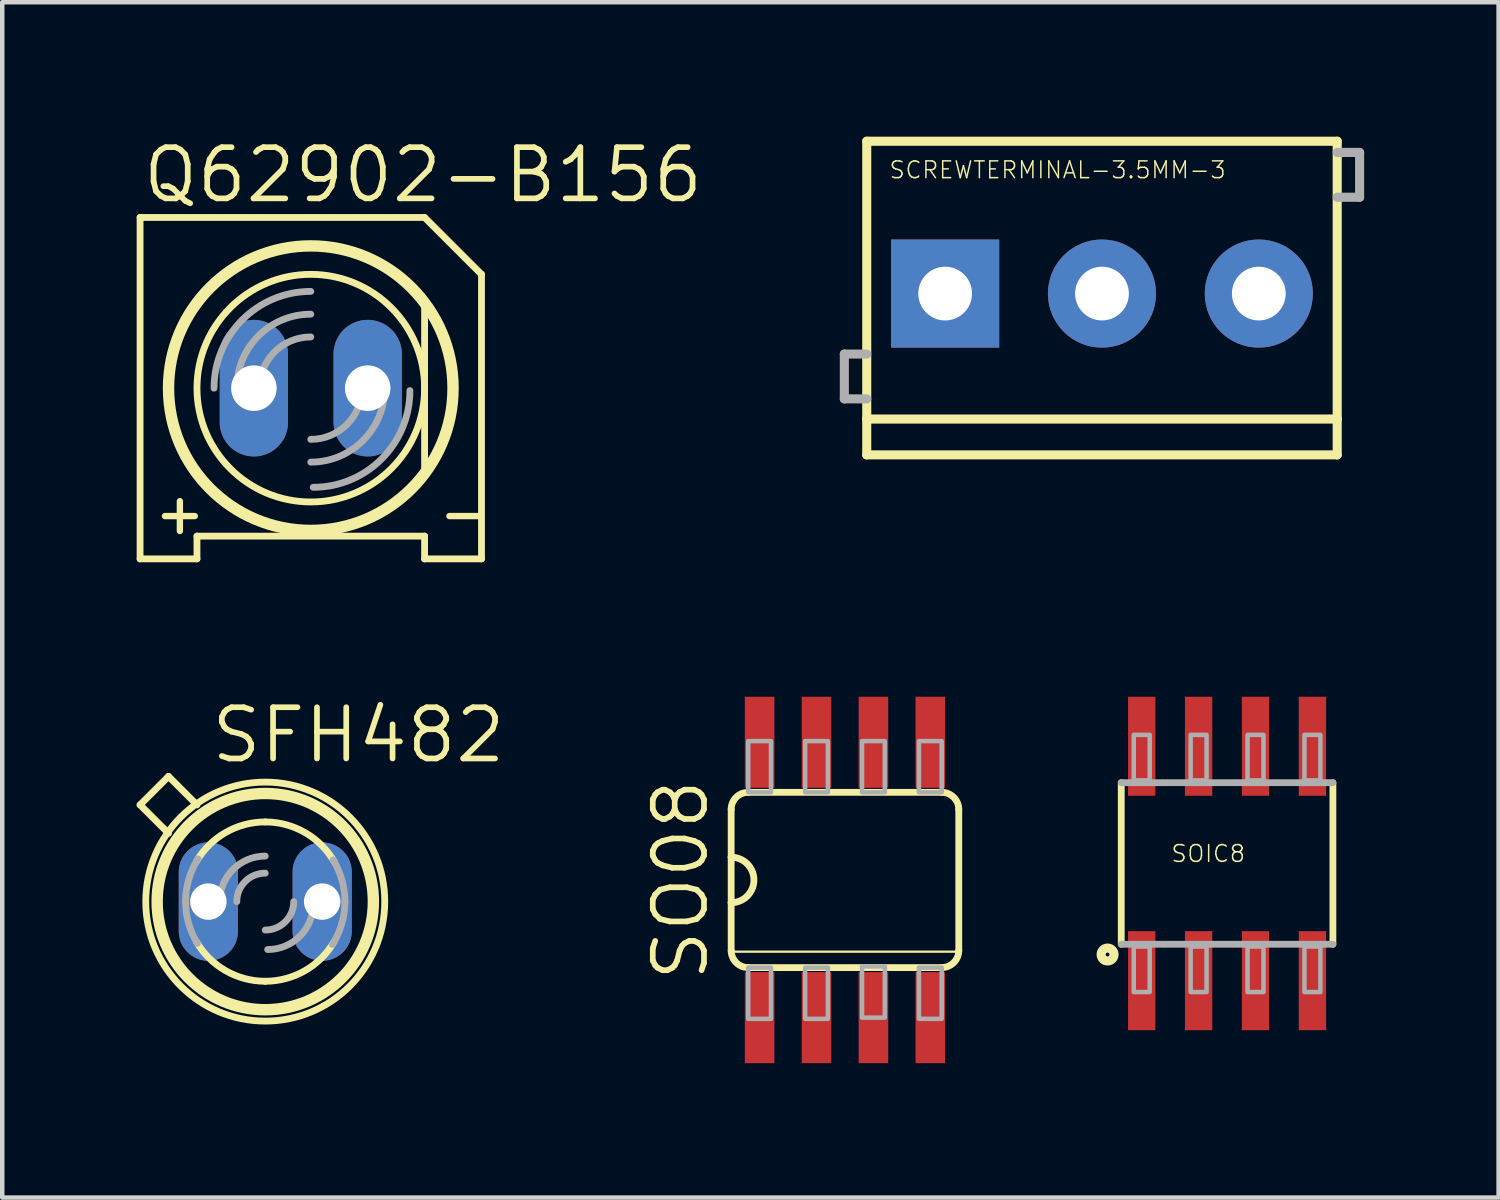
<source format=kicad_pcb>
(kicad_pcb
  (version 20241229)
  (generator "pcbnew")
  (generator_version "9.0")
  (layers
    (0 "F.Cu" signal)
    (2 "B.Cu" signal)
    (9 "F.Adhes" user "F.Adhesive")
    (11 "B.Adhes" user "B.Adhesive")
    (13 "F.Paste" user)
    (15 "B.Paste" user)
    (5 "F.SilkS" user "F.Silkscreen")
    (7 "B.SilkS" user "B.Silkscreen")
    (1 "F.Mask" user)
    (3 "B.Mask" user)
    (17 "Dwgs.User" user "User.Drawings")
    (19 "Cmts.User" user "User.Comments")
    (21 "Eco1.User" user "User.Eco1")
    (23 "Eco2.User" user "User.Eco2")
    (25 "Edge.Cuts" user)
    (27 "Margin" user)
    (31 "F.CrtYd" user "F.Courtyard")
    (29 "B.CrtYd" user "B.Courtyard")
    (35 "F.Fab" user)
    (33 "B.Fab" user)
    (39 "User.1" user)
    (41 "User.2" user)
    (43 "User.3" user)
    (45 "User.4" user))
  (footprint "SCREWTERMINAL-3.5MM-3"
    (layer "F.Cu")
    (at 18.044 3.502)
    (property "Reference" "SCREWTERMINAL-3.5MM-3" (at -1.27 -2.54 0) (unlocked yes) (layer "F.SilkS") (effects (font (size 0.374 0.374) (thickness 0.033)) (justify left bottom)))
    (fp_line (start -1.75 -3.4) (end 8.75 -3.4) (stroke (width 0.203) (type solid)) (layer "F.SilkS"))
    (fp_line (start -1.75 2.8) (end -1.75 -3.4) (stroke (width 0.203) (type solid)) (layer "F.SilkS"))
    (fp_line (start -1.75 3.6) (end -1.75 2.8) (stroke (width 0.203) (type solid)) (layer "F.SilkS"))
    (fp_line (start 8.75 -3.4) (end 8.75 2.8) (stroke (width 0.203) (type solid)) (layer "F.SilkS"))
    (fp_line (start 8.75 2.8) (end -1.75 2.8) (stroke (width 0.203) (type solid)) (layer "F.SilkS"))
    (fp_line (start 8.75 2.8) (end 8.75 3.6) (stroke (width 0.203) (type solid)) (layer "F.SilkS"))
    (fp_line (start 8.75 3.6) (end -1.75 3.6) (stroke (width 0.203) (type solid)) (layer "F.SilkS"))
    (fp_line (start -2.25 1.35) (end -2.25 2.35) (stroke (width 0.203) (type solid)) (layer "F.Fab"))
    (fp_line (start -2.25 2.35) (end -1.75 2.35) (stroke (width 0.203) (type solid)) (layer "F.Fab"))
    (fp_line (start -1.75 1.35) (end -2.25 1.35) (stroke (width 0.203) (type solid)) (layer "F.Fab"))
    (fp_line (start 8.75 -3.15) (end 9.25 -3.15) (stroke (width 0.203) (type solid)) (layer "F.Fab"))
    (fp_line (start 9.25 -3.15) (end 9.25 -2.15) (stroke (width 0.203) (type solid)) (layer "F.Fab"))
    (fp_line (start 9.25 -2.15) (end 8.75 -2.15) (stroke (width 0.203) (type solid)) (layer "F.Fab"))
    (pad "1" thru_hole rect (at 0 0) (size 2.413 2.413) (drill 1.2) (layers "*.Cu" "*.Mask"))
    (pad "2" thru_hole circle (at 3.5 0) (size 2.413 2.413) (drill 1.2) (layers "*.Cu" "*.Mask"))
    (pad "3" thru_hole circle (at 7 0) (size 2.413 2.413) (drill 1.2) (layers "*.Cu" "*.Mask")))
  (footprint "Q62902-B156"
    (layer "F.Cu")
    (at 3.886 5.613)
    (property "Reference" "Q62902-B156" (at -3.81 -4.089 0) (unlocked yes) (layer "F.SilkS") (effects (font (size 1.143 1.143) (thickness 0.127)) (justify left bottom)))
    (fp_line (start -3.81 3.81) (end -3.81 -3.81) (stroke (width 0.152) (type solid)) (layer "F.SilkS"))
    (fp_line (start -3.81 3.81) (end -2.54 3.81) (stroke (width 0.152) (type solid)) (layer "F.SilkS"))
    (fp_line (start -2.54 3.302) (end -2.54 3.81) (stroke (width 0.152) (type solid)) (layer "F.SilkS"))
    (fp_line (start 2.54 -3.81) (end -3.81 -3.81) (stroke (width 0.152) (type solid)) (layer "F.SilkS"))
    (fp_line (start 2.54 -3.81) (end 3.81 -2.54) (stroke (width 0.152) (type solid)) (layer "F.SilkS"))
    (fp_line (start 2.54 1.905) (end 2.54 -1.905) (stroke (width 0.152) (type solid)) (layer "F.SilkS"))
    (fp_line (start 2.54 3.302) (end -2.54 3.302) (stroke (width 0.152) (type solid)) (layer "F.SilkS"))
    (fp_line (start 2.54 3.302) (end 2.54 3.81) (stroke (width 0.152) (type solid)) (layer "F.SilkS"))
    (fp_line (start 3.81 -2.54) (end 3.81 3.81) (stroke (width 0.152) (type solid)) (layer "F.SilkS"))
    (fp_line (start 3.81 3.81) (end 2.54 3.81) (stroke (width 0.152) (type solid)) (layer "F.SilkS"))
    (fp_circle (center 0 0) (end 2.54 0) (stroke (width 0.152) (type solid)) (fill no) (layer "F.SilkS"))
    (fp_circle (center 0 0) (end 3.175 0) (stroke (width 0.254) (type solid)) (fill no) (layer "F.SilkS"))
    (fp_arc (start -2.159 0) (mid -1.526644 -1.526644) (end 0 -2.159) (stroke (width 0.1524) (type solid)) (layer "F.Fab"))
    (fp_arc (start -1.651 0) (mid -1.167433 -1.167433) (end 0 -1.651) (stroke (width 0.1524) (type solid)) (layer "F.Fab"))
    (fp_arc (start -1.143 0) (mid -0.808223 -0.808223) (end 0 -1.143) (stroke (width 0.1524) (type solid)) (layer "F.Fab"))
    (fp_arc (start 1.143 0) (mid 0.808223 0.808223) (end 0 1.143) (stroke (width 0.1524) (type solid)) (layer "F.Fab"))
    (fp_arc (start 1.651 0) (mid 1.167433 1.167433) (end 0 1.651) (stroke (width 0.1524) (type solid)) (layer "F.Fab"))
    (fp_arc (start 2.2129 0.0539) (mid 1.580573 1.580573) (end 0.0539 2.2129) (stroke (width 0.1524) (type solid)) (layer "F.Fab"))
    (fp_text user "+" (at -3.556 3.302 0) (unlocked yes) (layer "F.SilkS") (effects (font (size 0.874 0.874) (thickness 0.142)) (justify left bottom)))
    (fp_text user "-" (at 2.794 3.302 0) (unlocked yes) (layer "F.SilkS") (effects (font (size 0.874 0.874) (thickness 0.142)) (justify left bottom)))
    (pad "A" thru_hole oval (at -1.27 0 90) (size 3.048 1.524) (drill 1.016) (layers "*.Cu" "*.Mask"))
    (pad "K" thru_hole oval (at 1.27 0 90) (size 3.048 1.524) (drill 1.016) (layers "*.Cu" "*.Mask")))
  (footprint "SOIC8"
    (layer "F.Cu")
    (at 24.336 16.221)
    (property "Reference" "SOIC8" (at -1.27 0 0) (unlocked yes) (layer "F.SilkS") (effects (font (size 0.374 0.374) (thickness 0.033)) (justify left bottom)))
    (fp_line (start -2.362 -1.803) (end -2.362 1.803) (stroke (width 0.152) (type solid)) (layer "F.SilkS"))
    (fp_line (start 2.362 1.803) (end 2.362 -1.803) (stroke (width 0.152) (type solid)) (layer "F.SilkS"))
    (fp_circle (center -2.667 2.032) (end -2.523 2.032) (stroke (width 0.203) (type solid)) (fill no) (layer "F.SilkS"))
    (fp_line (start -2.362 1.803) (end 2.362 1.803) (stroke (width 0.152) (type solid)) (layer "F.Fab"))
    (fp_line (start 2.362 -1.803) (end -2.362 -1.803) (stroke (width 0.152) (type solid)) (layer "F.Fab"))
    (fp_poly (pts (xy -2.083 -1.854) (xy -1.727 -1.854) (xy -1.727 -2.87) (xy -2.083 -2.87)) (stroke (width 0.1) (type default)) (fill no) (layer "F.Fab"))
    (fp_poly (pts (xy -2.083 2.87) (xy -1.727 2.87) (xy -1.727 1.854) (xy -2.083 1.854)) (stroke (width 0.1) (type default)) (fill no) (layer "F.Fab"))
    (fp_poly (pts (xy -0.813 -1.854) (xy -0.457 -1.854) (xy -0.457 -2.87) (xy -0.813 -2.87)) (stroke (width 0.1) (type default)) (fill no) (layer "F.Fab"))
    (fp_poly (pts (xy -0.813 2.87) (xy -0.457 2.87) (xy -0.457 1.854) (xy -0.813 1.854)) (stroke (width 0.1) (type default)) (fill no) (layer "F.Fab"))
    (fp_poly (pts (xy 0.457 -1.854) (xy 0.813 -1.854) (xy 0.813 -2.87) (xy 0.457 -2.87)) (stroke (width 0.1) (type default)) (fill no) (layer "F.Fab"))
    (fp_poly (pts (xy 0.457 2.87) (xy 0.813 2.87) (xy 0.813 1.854) (xy 0.457 1.854)) (stroke (width 0.1) (type default)) (fill no) (layer "F.Fab"))
    (fp_poly (pts (xy 1.727 -1.854) (xy 2.083 -1.854) (xy 2.083 -2.87) (xy 1.727 -2.87)) (stroke (width 0.1) (type default)) (fill no) (layer "F.Fab"))
    (fp_poly (pts (xy 1.727 2.87) (xy 2.083 2.87) (xy 2.083 1.854) (xy 1.727 1.854)) (stroke (width 0.1) (type default)) (fill no) (layer "F.Fab"))
    (pad "1" smd rect (at -1.905 2.616) (size 0.61 2.21) (layers "F.Cu" "F.Mask" "F.Paste"))
    (pad "2" smd rect (at -0.635 2.616) (size 0.61 2.21) (layers "F.Cu" "F.Mask" "F.Paste"))
    (pad "3" smd rect (at 0.635 2.616) (size 0.61 2.21) (layers "F.Cu" "F.Mask" "F.Paste"))
    (pad "4" smd rect (at 1.905 2.616) (size 0.61 2.21) (layers "F.Cu" "F.Mask" "F.Paste"))
    (pad "5" smd rect (at 1.905 -2.616) (size 0.61 2.21) (layers "F.Cu" "F.Mask" "F.Paste"))
    (pad "6" smd rect (at 0.635 -2.616) (size 0.61 2.21) (layers "F.Cu" "F.Mask" "F.Paste"))
    (pad "7" smd rect (at -0.635 -2.616) (size 0.61 2.21) (layers "F.Cu" "F.Mask" "F.Paste"))
    (pad "8" smd rect (at -1.905 -2.616) (size 0.61 2.21) (layers "F.Cu" "F.Mask" "F.Paste")))
  (footprint "SO08"
    (layer "F.Cu")
    (at 15.808 16.589)
    (property "Reference" "SO08" (at -3 0 90) (unlocked yes) (layer "F.SilkS") (effects (font (size 1.143 1.143) (thickness 0.127)) (justify bottom)))
    (fp_line (start -2.54 -1.575) (end -2.54 -0.508) (stroke (width 0.152) (type solid)) (layer "F.SilkS"))
    (fp_line (start -2.54 -0.508) (end -2.54 0.508) (stroke (width 0.152) (type solid)) (layer "F.SilkS"))
    (fp_line (start -2.54 0.508) (end -2.54 1.575) (stroke (width 0.152) (type solid)) (layer "F.SilkS"))
    (fp_line (start -2.54 1.6) (end 2.54 1.6) (stroke (width 0.051) (type solid)) (layer "F.SilkS"))
    (fp_line (start -2.159 1.956) (end 2.159 1.956) (stroke (width 0.152) (type solid)) (layer "F.SilkS"))
    (fp_line (start 2.159 -1.956) (end -2.159 -1.956) (stroke (width 0.152) (type solid)) (layer "F.SilkS"))
    (fp_line (start 2.54 1.575) (end 2.54 -1.575) (stroke (width 0.152) (type solid)) (layer "F.SilkS"))
    (fp_arc (start -2.54 -1.5748) (mid -2.428408 -1.844208) (end -2.159 -1.9558) (stroke (width 0.1524) (type solid)) (layer "F.SilkS"))
    (fp_arc (start -2.54 -0.508) (mid -2.032 0) (end -2.54 0.508) (stroke (width 0.1524) (type solid)) (layer "F.SilkS"))
    (fp_arc (start -2.159 1.9558) (mid -2.428408 1.844208) (end -2.54 1.5748) (stroke (width 0.1524) (type solid)) (layer "F.SilkS"))
    (fp_arc (start 2.159 -1.9558) (mid 2.428408 -1.844208) (end 2.54 -1.5748) (stroke (width 0.1524) (type solid)) (layer "F.SilkS"))
    (fp_arc (start 2.54 1.5748) (mid 2.428408 1.844208) (end 2.159 1.9558) (stroke (width 0.1524) (type solid)) (layer "F.SilkS"))
    (fp_poly (pts (xy -2.159 -1.956) (xy -1.651 -1.956) (xy -1.651 -3.099) (xy -2.159 -3.099)) (stroke (width 0.1) (type default)) (fill no) (layer "F.Fab"))
    (fp_poly (pts (xy -2.159 3.099) (xy -1.651 3.099) (xy -1.651 1.956) (xy -2.159 1.956)) (stroke (width 0.1) (type default)) (fill no) (layer "F.Fab"))
    (fp_poly (pts (xy -0.889 -1.956) (xy -0.381 -1.956) (xy -0.381 -3.099) (xy -0.889 -3.099)) (stroke (width 0.1) (type default)) (fill no) (layer "F.Fab"))
    (fp_poly (pts (xy -0.889 3.099) (xy -0.381 3.099) (xy -0.381 1.956) (xy -0.889 1.956)) (stroke (width 0.1) (type default)) (fill no) (layer "F.Fab"))
    (fp_poly (pts (xy 0.381 -1.956) (xy 0.889 -1.956) (xy 0.889 -3.099) (xy 0.381 -3.099)) (stroke (width 0.1) (type default)) (fill no) (layer "F.Fab"))
    (fp_poly (pts (xy 0.381 3.073) (xy 0.889 3.073) (xy 0.889 1.93) (xy 0.381 1.93)) (stroke (width 0.1) (type default)) (fill no) (layer "F.Fab"))
    (fp_poly (pts (xy 1.651 -1.956) (xy 2.159 -1.956) (xy 2.159 -3.099) (xy 1.651 -3.099)) (stroke (width 0.1) (type default)) (fill no) (layer "F.Fab"))
    (fp_poly (pts (xy 1.651 3.099) (xy 2.159 3.099) (xy 2.159 1.956) (xy 1.651 1.956)) (stroke (width 0.1) (type default)) (fill no) (layer "F.Fab"))
    (pad "1" smd rect (at -1.905 3.073) (size 0.66 2.032) (layers "F.Cu" "F.Mask" "F.Paste"))
    (pad "2" smd rect (at -0.635 3.073) (size 0.66 2.032) (layers "F.Cu" "F.Mask" "F.Paste"))
    (pad "3" smd rect (at 0.635 3.073) (size 0.66 2.032) (layers "F.Cu" "F.Mask" "F.Paste"))
    (pad "4" smd rect (at 1.905 3.073) (size 0.66 2.032) (layers "F.Cu" "F.Mask" "F.Paste"))
    (pad "5" smd rect (at 1.905 -3.073) (size 0.66 2.032) (layers "F.Cu" "F.Mask" "F.Paste"))
    (pad "6" smd rect (at 0.635 -3.073) (size 0.66 2.032) (layers "F.Cu" "F.Mask" "F.Paste"))
    (pad "7" smd rect (at -0.635 -3.073) (size 0.66 2.032) (layers "F.Cu" "F.Mask" "F.Paste"))
    (pad "8" smd rect (at -1.905 -3.073) (size 0.66 2.032) (layers "F.Cu" "F.Mask" "F.Paste")))
  (footprint "SFH482"
    (layer "F.Cu")
    (at 2.87 17.072)
    (property "Reference" "SFH482" (at -1.27 -3.048 0) (unlocked yes) (layer "F.SilkS") (effects (font (size 1.143 1.143) (thickness 0.127)) (justify left bottom)))
    (fp_line (start -2.794 -2.159) (end -2.159 -2.794) (stroke (width 0.152) (type solid)) (layer "F.SilkS"))
    (fp_line (start -2.159 -1.524) (end -2.794 -2.159) (stroke (width 0.152) (type solid)) (layer "F.SilkS"))
    (fp_line (start -1.524 -2.159) (end -2.159 -2.794) (stroke (width 0.152) (type solid)) (layer "F.SilkS"))
    (fp_arc (start -1.5358 -0.8959) (mid -0.88555 -1.541787) (end 0 -1.778) (stroke (width 0.1524) (type solid)) (layer "F.SilkS"))
    (fp_arc (start 0 -1.778) (mid 0.88555 -1.541786) (end 1.5358 -0.8959) (stroke (width 0.1524) (type solid)) (layer "F.SilkS"))
    (fp_arc (start 0 1.778) (mid -0.88555 1.541786) (end -1.5358 0.8959) (stroke (width 0.1524) (type solid)) (layer "F.SilkS"))
    (fp_arc (start 1.5358 0.8959) (mid 0.88555 1.541787) (end 0 1.778) (stroke (width 0.1524) (type solid)) (layer "F.SilkS"))
    (fp_circle (center 0 0) (end 2.413 0) (stroke (width 0.254) (type solid)) (fill no) (layer "F.SilkS"))
    (fp_circle (center 0 0) (end 2.667 0) (stroke (width 0.152) (type solid)) (fill no) (layer "F.SilkS"))
    (fp_arc (start -1.778 0) (mid -1.707084 -0.497127) (end -1.500001 -0.9546) (stroke (width 0.1524) (type solid)) (layer "F.Fab"))
    (fp_arc (start -1.5142 0.9318) (mid -1.710762 0.484206) (end -1.778 0) (stroke (width 0.1524) (type solid)) (layer "F.Fab"))
    (fp_arc (start -1.016 0) (mid -0.71842 -0.71842) (end 0 -1.016) (stroke (width 0.1524) (type solid)) (layer "F.Fab"))
    (fp_arc (start -0.635 0) (mid -0.449013 -0.449013) (end 0 -0.635) (stroke (width 0.1524) (type solid)) (layer "F.Fab"))
    (fp_arc (start 0.635 0) (mid 0.449013 0.449013) (end 0 0.635) (stroke (width 0.1524) (type solid)) (layer "F.Fab"))
    (fp_arc (start 1.0699 0.053898) (mid 0.772321 0.772319) (end 0.0539 1.0699) (stroke (width 0.1524) (type solid)) (layer "F.Fab"))
    (fp_arc (start 1.5142 -0.9318) (mid 1.710762 -0.484206) (end 1.778 0) (stroke (width 0.1524) (type solid)) (layer "F.Fab"))
    (fp_arc (start 1.777999 0) (mid 1.707083 0.497127) (end 1.5 0.9546) (stroke (width 0.1524) (type solid)) (layer "F.Fab"))
    (pad "A" thru_hole oval (at -1.27 0 90) (size 2.642 1.321) (drill 0.813) (layers "*.Cu" "*.Mask"))
    (pad "K" thru_hole oval (at 1.27 0 90) (size 2.642 1.321) (drill 0.813) (layers "*.Cu" "*.Mask")))
  (gr_rect
    (start -3 -3)
    (end 30.396 23.678)
    (stroke (width 0.1) (type default))
    (fill no)
    (layer "Edge.Cuts")))
</source>
